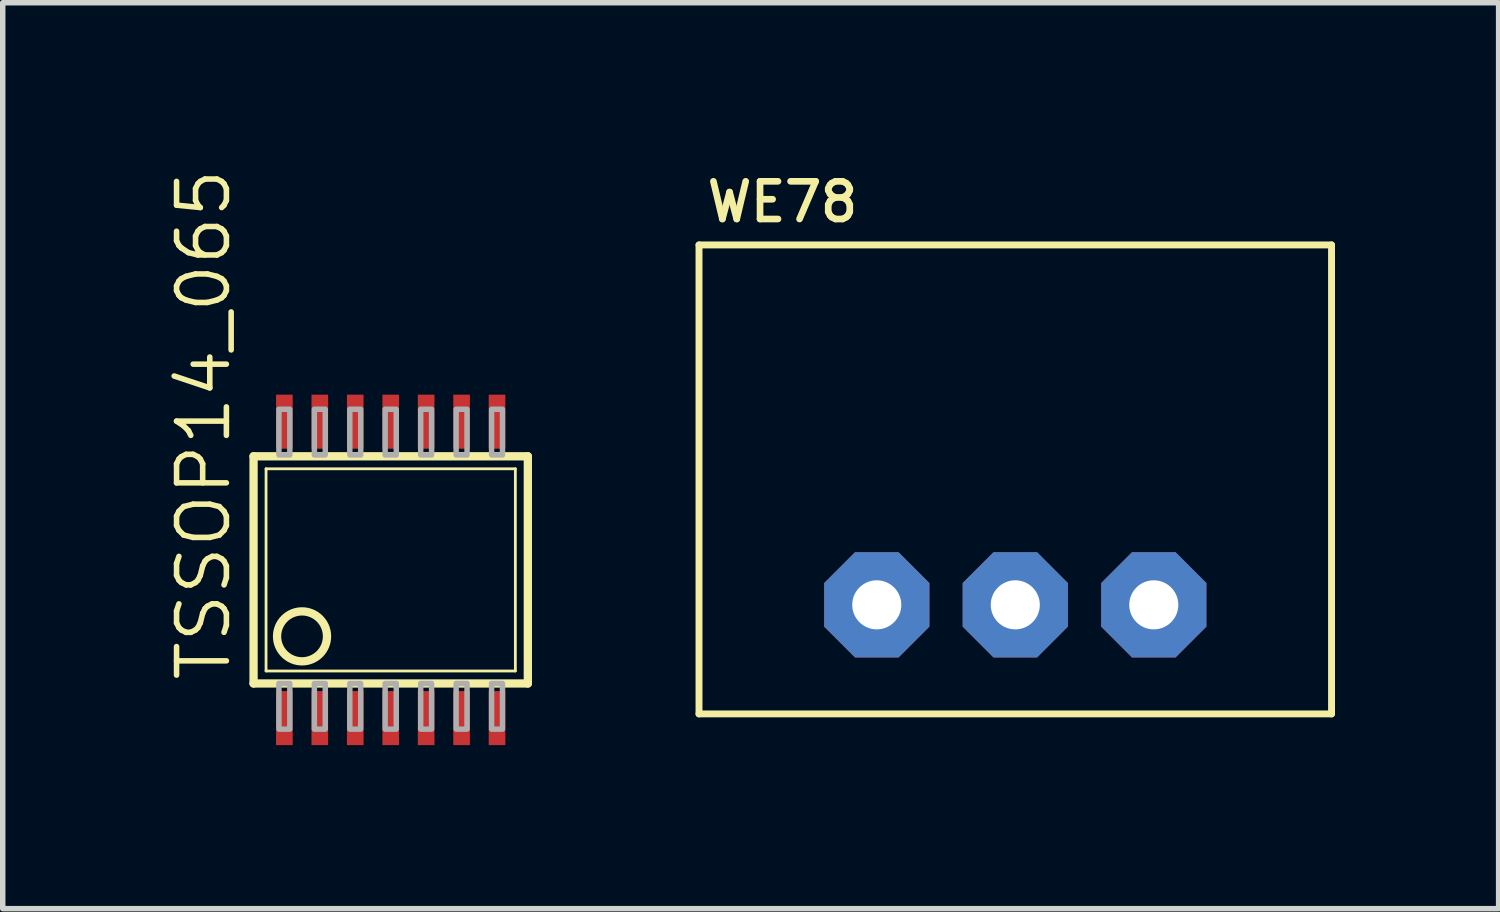
<source format=kicad_pcb>
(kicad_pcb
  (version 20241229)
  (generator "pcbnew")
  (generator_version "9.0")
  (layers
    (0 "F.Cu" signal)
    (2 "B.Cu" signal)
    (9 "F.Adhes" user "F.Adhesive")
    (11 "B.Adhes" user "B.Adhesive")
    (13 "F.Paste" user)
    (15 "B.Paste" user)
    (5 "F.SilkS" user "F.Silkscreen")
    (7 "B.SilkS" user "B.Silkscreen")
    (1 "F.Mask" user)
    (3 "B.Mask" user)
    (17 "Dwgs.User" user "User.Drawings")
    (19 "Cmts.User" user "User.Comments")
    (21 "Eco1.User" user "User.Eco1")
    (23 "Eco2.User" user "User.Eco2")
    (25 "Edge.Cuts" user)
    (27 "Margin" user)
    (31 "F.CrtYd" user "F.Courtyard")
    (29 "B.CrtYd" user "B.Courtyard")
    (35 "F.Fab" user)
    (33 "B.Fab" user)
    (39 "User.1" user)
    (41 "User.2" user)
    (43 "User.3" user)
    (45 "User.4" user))
  (footprint "TSSOP14_065"
    (layer "F.Cu")
    (at 4.115 7.401)
    (property "Reference" "TSSOP14_065" (at -2.896 2.083 90) (unlocked yes) (layer "F.SilkS") (effects (font (size 0.914 0.914) (thickness 0.102)) (justify left bottom)))
    (fp_line (start -2.515 2.083) (end -2.515 -2.083) (stroke (width 0.152) (type solid)) (layer "F.SilkS"))
    (fp_line (start -2.515 2.083) (end 2.515 2.083) (stroke (width 0.152) (type solid)) (layer "F.SilkS"))
    (fp_line (start -2.286 1.854) (end -2.286 -1.854) (stroke (width 0.051) (type solid)) (layer "F.SilkS"))
    (fp_line (start -2.286 1.854) (end 2.286 1.854) (stroke (width 0.051) (type solid)) (layer "F.SilkS"))
    (fp_line (start 2.286 -1.854) (end -2.286 -1.854) (stroke (width 0.051) (type solid)) (layer "F.SilkS"))
    (fp_line (start 2.286 -1.854) (end 2.286 1.854) (stroke (width 0.051) (type solid)) (layer "F.SilkS"))
    (fp_line (start 2.515 -2.083) (end -2.515 -2.083) (stroke (width 0.152) (type solid)) (layer "F.SilkS"))
    (fp_line (start 2.515 -2.083) (end 2.515 2.083) (stroke (width 0.152) (type solid)) (layer "F.SilkS"))
    (fp_circle (center -1.626 1.219) (end -1.168 1.219) (stroke (width 0.152) (type solid)) (fill no) (layer "F.SilkS"))
    (fp_poly (pts (xy -2.05 -2.108) (xy -1.85 -2.108) (xy -1.85 -2.946) (xy -2.05 -2.946)) (stroke (width 0.1) (type default)) (fill no) (layer "F.Fab"))
    (fp_poly (pts (xy -2.05 2.921) (xy -1.85 2.921) (xy -1.85 2.083) (xy -2.05 2.083)) (stroke (width 0.1) (type default)) (fill no) (layer "F.Fab"))
    (fp_poly (pts (xy -1.4 -2.108) (xy -1.2 -2.108) (xy -1.2 -2.946) (xy -1.4 -2.946)) (stroke (width 0.1) (type default)) (fill no) (layer "F.Fab"))
    (fp_poly (pts (xy -1.4 2.921) (xy -1.2 2.921) (xy -1.2 2.083) (xy -1.4 2.083)) (stroke (width 0.1) (type default)) (fill no) (layer "F.Fab"))
    (fp_poly (pts (xy -0.75 -2.108) (xy -0.55 -2.108) (xy -0.55 -2.946) (xy -0.75 -2.946)) (stroke (width 0.1) (type default)) (fill no) (layer "F.Fab"))
    (fp_poly (pts (xy -0.75 2.921) (xy -0.55 2.921) (xy -0.55 2.083) (xy -0.75 2.083)) (stroke (width 0.1) (type default)) (fill no) (layer "F.Fab"))
    (fp_poly (pts (xy -0.102 -2.108) (xy 0.102 -2.108) (xy 0.102 -2.946) (xy -0.102 -2.946)) (stroke (width 0.1) (type default)) (fill no) (layer "F.Fab"))
    (fp_poly (pts (xy -0.102 2.921) (xy 0.102 2.921) (xy 0.102 2.083) (xy -0.102 2.083)) (stroke (width 0.1) (type default)) (fill no) (layer "F.Fab"))
    (fp_poly (pts (xy 0.55 -2.108) (xy 0.75 -2.108) (xy 0.75 -2.946) (xy 0.55 -2.946)) (stroke (width 0.1) (type default)) (fill no) (layer "F.Fab"))
    (fp_poly (pts (xy 0.55 2.921) (xy 0.75 2.921) (xy 0.75 2.083) (xy 0.55 2.083)) (stroke (width 0.1) (type default)) (fill no) (layer "F.Fab"))
    (fp_poly (pts (xy 1.2 -2.108) (xy 1.4 -2.108) (xy 1.4 -2.946) (xy 1.2 -2.946)) (stroke (width 0.1) (type default)) (fill no) (layer "F.Fab"))
    (fp_poly (pts (xy 1.2 2.921) (xy 1.4 2.921) (xy 1.4 2.083) (xy 1.2 2.083)) (stroke (width 0.1) (type default)) (fill no) (layer "F.Fab"))
    (fp_poly (pts (xy 1.85 -2.108) (xy 2.05 -2.108) (xy 2.05 -2.946) (xy 1.85 -2.946)) (stroke (width 0.1) (type default)) (fill no) (layer "F.Fab"))
    (fp_poly (pts (xy 1.85 2.921) (xy 2.05 2.921) (xy 2.05 2.083) (xy 1.85 2.083)) (stroke (width 0.1) (type default)) (fill no) (layer "F.Fab"))
    (pad "1" smd rect (at -1.95 2.718) (size 0.305 0.991) (layers "F.Cu" "F.Mask" "F.Paste"))
    (pad "2" smd rect (at -1.3 2.718) (size 0.305 0.991) (layers "F.Cu" "F.Mask" "F.Paste"))
    (pad "3" smd rect (at -0.65 2.718) (size 0.305 0.991) (layers "F.Cu" "F.Mask" "F.Paste"))
    (pad "4" smd rect (at 0 2.718) (size 0.305 0.991) (layers "F.Cu" "F.Mask" "F.Paste"))
    (pad "5" smd rect (at 0.65 2.718) (size 0.305 0.991) (layers "F.Cu" "F.Mask" "F.Paste"))
    (pad "6" smd rect (at 1.3 2.718) (size 0.305 0.991) (layers "F.Cu" "F.Mask" "F.Paste"))
    (pad "7" smd rect (at 1.95 2.718) (size 0.305 0.991) (layers "F.Cu" "F.Mask" "F.Paste"))
    (pad "8" smd rect (at 1.95 -2.718) (size 0.305 0.991) (layers "F.Cu" "F.Mask" "F.Paste"))
    (pad "9" smd rect (at 1.3 -2.718) (size 0.305 0.991) (layers "F.Cu" "F.Mask" "F.Paste"))
    (pad "10" smd rect (at 0.65 -2.718) (size 0.305 0.991) (layers "F.Cu" "F.Mask" "F.Paste"))
    (pad "11" smd rect (at 0 -2.718) (size 0.305 0.991) (layers "F.Cu" "F.Mask" "F.Paste"))
    (pad "12" smd rect (at -0.65 -2.718) (size 0.305 0.991) (layers "F.Cu" "F.Mask" "F.Paste"))
    (pad "13" smd rect (at -1.3 -2.718) (size 0.305 0.991) (layers "F.Cu" "F.Mask" "F.Paste"))
    (pad "14" smd rect (at -1.95 -2.718) (size 0.305 0.991) (layers "F.Cu" "F.Mask" "F.Paste")))
  (footprint "WE78"
    (layer "F.Cu")
    (at 15.569 8.042)
    (property "Reference" "WE78" (at -5.715 -6.985 0) (unlocked yes) (layer "F.SilkS") (effects (font (size 0.691 0.691) (thickness 0.122)) (justify left bottom)))
    (fp_line (start -5.8 -6.6) (end 5.8 -6.6) (stroke (width 0.127) (type solid)) (layer "F.SilkS"))
    (fp_line (start -5.8 2) (end -5.8 -6.6) (stroke (width 0.127) (type solid)) (layer "F.SilkS"))
    (fp_line (start -5.8 2) (end 5.8 2) (stroke (width 0.127) (type solid)) (layer "F.SilkS"))
    (fp_line (start 5.8 -6.6) (end 5.8 2) (stroke (width 0.127) (type solid)) (layer "F.SilkS"))
    (pad "1" thru_hole roundrect (at -2.54 0 90) (size 1.93 1.93) (drill 0.9) (layers "*.Cu" "*.Mask") (roundrect_rratio 0.25) (chamfer_ratio 0.293) (chamfer top_left top_right bottom_left bottom_right))
    (pad "2" thru_hole roundrect (at 0 0 90) (size 1.93 1.93) (drill 0.9) (layers "*.Cu" "*.Mask") (roundrect_rratio 0.25) (chamfer_ratio 0.293) (chamfer top_left top_right bottom_left bottom_right))
    (pad "3" thru_hole roundrect (at 2.54 0 90) (size 1.93 1.93) (drill 0.9) (layers "*.Cu" "*.Mask") (roundrect_rratio 0.25) (chamfer_ratio 0.293) (chamfer top_left top_right bottom_left bottom_right)))
  (gr_rect
    (start -3 -3)
    (end 24.433 13.614)
    (stroke (width 0.1) (type default))
    (fill no)
    (layer "Edge.Cuts")))
</source>
